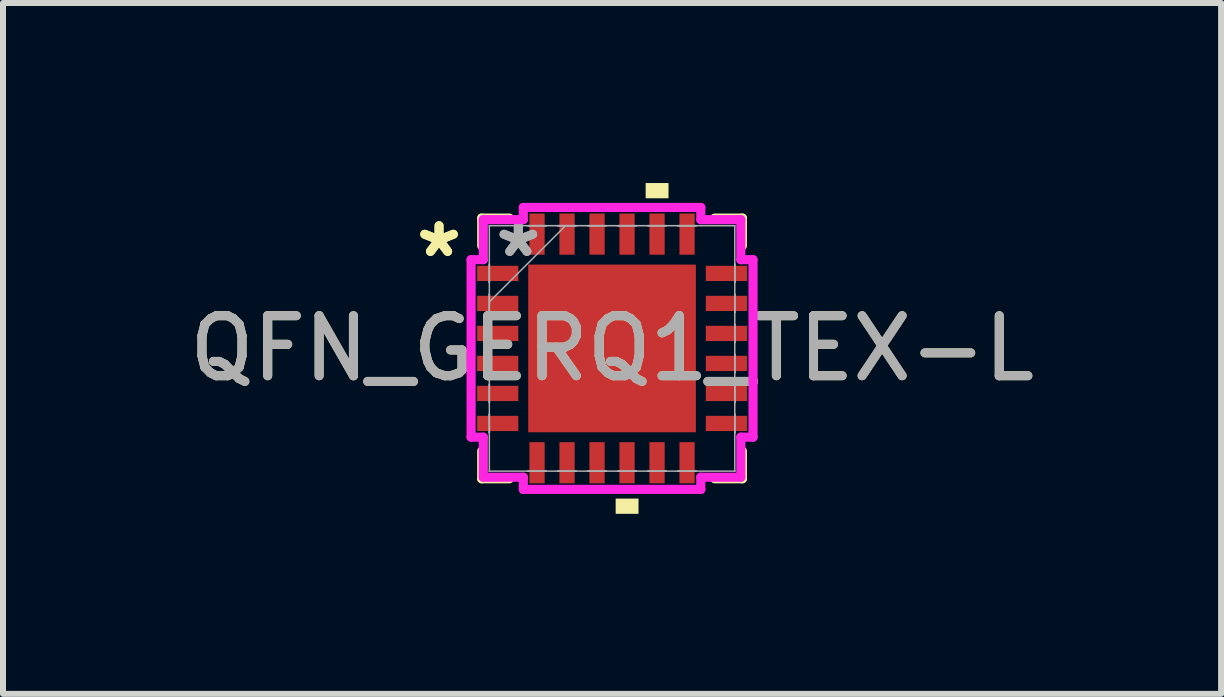
<source format=kicad_pcb>
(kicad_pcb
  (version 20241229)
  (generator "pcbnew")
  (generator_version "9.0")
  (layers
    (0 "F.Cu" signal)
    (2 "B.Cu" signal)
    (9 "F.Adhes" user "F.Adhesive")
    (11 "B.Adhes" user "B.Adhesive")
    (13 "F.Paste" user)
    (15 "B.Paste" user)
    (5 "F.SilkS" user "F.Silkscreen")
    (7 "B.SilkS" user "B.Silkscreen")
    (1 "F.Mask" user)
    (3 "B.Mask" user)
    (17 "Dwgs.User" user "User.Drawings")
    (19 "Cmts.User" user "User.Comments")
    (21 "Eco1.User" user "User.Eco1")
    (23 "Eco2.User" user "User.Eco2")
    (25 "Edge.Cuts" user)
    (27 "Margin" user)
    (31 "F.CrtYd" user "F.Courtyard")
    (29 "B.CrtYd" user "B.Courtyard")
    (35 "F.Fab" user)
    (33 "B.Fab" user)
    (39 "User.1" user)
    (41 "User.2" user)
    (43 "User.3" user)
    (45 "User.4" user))
  (footprint "QFN_GERQ1_TEX-L"
    (layer "F.Cu")
    (at 7.149 2.756)
    (property "Reference" "QFN_GERQ1_TEX-L" (at 0 0 0) (unlocked yes) (layer "F.SilkS") (effects (font (size 1 1) (thickness 0.15))))
    (attr smd)
    (fp_line (start -2.172 -2.172) (end -2.172 -1.71) (stroke (width 0.152) (type solid)) (layer "F.SilkS"))
    (fp_line (start -2.172 1.71) (end -2.172 2.172) (stroke (width 0.152) (type solid)) (layer "F.SilkS"))
    (fp_line (start -2.172 2.172) (end -1.71 2.172) (stroke (width 0.152) (type solid)) (layer "F.SilkS"))
    (fp_line (start -1.71 -2.172) (end -2.172 -2.172) (stroke (width 0.152) (type solid)) (layer "F.SilkS"))
    (fp_line (start 1.71 2.172) (end 2.172 2.172) (stroke (width 0.152) (type solid)) (layer "F.SilkS"))
    (fp_line (start 2.172 -2.172) (end 1.71 -2.172) (stroke (width 0.152) (type solid)) (layer "F.SilkS"))
    (fp_line (start 2.172 -1.71) (end 2.172 -2.172) (stroke (width 0.152) (type solid)) (layer "F.SilkS"))
    (fp_line (start 2.172 2.172) (end 2.172 1.71) (stroke (width 0.152) (type solid)) (layer "F.SilkS"))
    (fp_poly (pts (xy 0.06 2.502) (xy 0.06 2.756) (xy 0.441 2.756) (xy 0.441 2.502)) (stroke (width 0) (type solid)) (fill yes) (layer "F.SilkS"))
    (fp_poly (pts (xy 0.56 -2.502) (xy 0.56 -2.756) (xy 0.941 -2.756) (xy 0.941 -2.502)) (stroke (width 0) (type solid)) (fill yes) (layer "F.SilkS"))
    (fp_poly (pts (xy -1.297 -1.297) (xy -1.297 -0.1) (xy -0.1 -0.1) (xy -0.1 -1.297)) (stroke (width 0) (type solid)) (fill yes) (layer "F.Paste"))
    (fp_poly (pts (xy -1.297 0.1) (xy -1.297 1.297) (xy -0.1 1.297) (xy -0.1 0.1)) (stroke (width 0) (type solid)) (fill yes) (layer "F.Paste"))
    (fp_poly (pts (xy 0.1 -1.297) (xy 0.1 -0.1) (xy 1.297 -0.1) (xy 1.297 -1.297)) (stroke (width 0) (type solid)) (fill yes) (layer "F.Paste"))
    (fp_poly (pts (xy 0.1 0.1) (xy 0.1 1.297) (xy 1.297 1.297) (xy 1.297 0.1)) (stroke (width 0) (type solid)) (fill yes) (layer "F.Paste"))
    (fp_line (start -2.349 -1.479) (end -2.146 -1.479) (stroke (width 0.152) (type solid)) (layer "F.CrtYd"))
    (fp_line (start -2.349 1.479) (end -2.349 -1.479) (stroke (width 0.152) (type solid)) (layer "F.CrtYd"))
    (fp_line (start -2.146 -2.146) (end -1.479 -2.146) (stroke (width 0.152) (type solid)) (layer "F.CrtYd"))
    (fp_line (start -2.146 -1.479) (end -2.146 -2.146) (stroke (width 0.152) (type solid)) (layer "F.CrtYd"))
    (fp_line (start -2.146 1.479) (end -2.349 1.479) (stroke (width 0.152) (type solid)) (layer "F.CrtYd"))
    (fp_line (start -2.146 2.146) (end -2.146 1.479) (stroke (width 0.152) (type solid)) (layer "F.CrtYd"))
    (fp_line (start -1.479 -2.349) (end 1.479 -2.349) (stroke (width 0.152) (type solid)) (layer "F.CrtYd"))
    (fp_line (start -1.479 -2.146) (end -1.479 -2.349) (stroke (width 0.152) (type solid)) (layer "F.CrtYd"))
    (fp_line (start -1.479 2.146) (end -2.146 2.146) (stroke (width 0.152) (type solid)) (layer "F.CrtYd"))
    (fp_line (start -1.479 2.349) (end -1.479 2.146) (stroke (width 0.152) (type solid)) (layer "F.CrtYd"))
    (fp_line (start 1.479 -2.349) (end 1.479 -2.146) (stroke (width 0.152) (type solid)) (layer "F.CrtYd"))
    (fp_line (start 1.479 -2.146) (end 2.146 -2.146) (stroke (width 0.152) (type solid)) (layer "F.CrtYd"))
    (fp_line (start 1.479 2.146) (end 1.479 2.349) (stroke (width 0.152) (type solid)) (layer "F.CrtYd"))
    (fp_line (start 1.479 2.349) (end -1.479 2.349) (stroke (width 0.152) (type solid)) (layer "F.CrtYd"))
    (fp_line (start 2.146 -2.146) (end 2.146 -1.479) (stroke (width 0.152) (type solid)) (layer "F.CrtYd"))
    (fp_line (start 2.146 -1.479) (end 2.349 -1.479) (stroke (width 0.152) (type solid)) (layer "F.CrtYd"))
    (fp_line (start 2.146 1.479) (end 2.146 2.146) (stroke (width 0.152) (type solid)) (layer "F.CrtYd"))
    (fp_line (start 2.146 2.146) (end 1.479 2.146) (stroke (width 0.152) (type solid)) (layer "F.CrtYd"))
    (fp_line (start 2.349 -1.479) (end 2.349 1.479) (stroke (width 0.152) (type solid)) (layer "F.CrtYd"))
    (fp_line (start 2.349 1.479) (end 2.146 1.479) (stroke (width 0.152) (type solid)) (layer "F.CrtYd"))
    (fp_line (start -2.045 -2.045) (end -2.045 -2.045) (stroke (width 0.025) (type solid)) (layer "F.Fab"))
    (fp_line (start -2.045 -2.045) (end -2.045 2.045) (stroke (width 0.025) (type solid)) (layer "F.Fab"))
    (fp_line (start -2.045 -1.403) (end -2.045 -1.403) (stroke (width 0.025) (type solid)) (layer "F.Fab"))
    (fp_line (start -2.045 -1.403) (end -2.045 -1.098) (stroke (width 0.025) (type solid)) (layer "F.Fab"))
    (fp_line (start -2.045 -1.098) (end -2.045 -1.403) (stroke (width 0.025) (type solid)) (layer "F.Fab"))
    (fp_line (start -2.045 -1.098) (end -2.045 -1.098) (stroke (width 0.025) (type solid)) (layer "F.Fab"))
    (fp_line (start -2.045 -0.903) (end -2.045 -0.903) (stroke (width 0.025) (type solid)) (layer "F.Fab"))
    (fp_line (start -2.045 -0.903) (end -2.045 -0.598) (stroke (width 0.025) (type solid)) (layer "F.Fab"))
    (fp_line (start -2.045 -0.775) (end -0.775 -2.045) (stroke (width 0.025) (type solid)) (layer "F.Fab"))
    (fp_line (start -2.045 -0.598) (end -2.045 -0.903) (stroke (width 0.025) (type solid)) (layer "F.Fab"))
    (fp_line (start -2.045 -0.598) (end -2.045 -0.598) (stroke (width 0.025) (type solid)) (layer "F.Fab"))
    (fp_line (start -2.045 -0.402) (end -2.045 -0.402) (stroke (width 0.025) (type solid)) (layer "F.Fab"))
    (fp_line (start -2.045 -0.402) (end -2.045 -0.098) (stroke (width 0.025) (type solid)) (layer "F.Fab"))
    (fp_line (start -2.045 -0.098) (end -2.045 -0.402) (stroke (width 0.025) (type solid)) (layer "F.Fab"))
    (fp_line (start -2.045 -0.098) (end -2.045 -0.098) (stroke (width 0.025) (type solid)) (layer "F.Fab"))
    (fp_line (start -2.045 0.098) (end -2.045 0.098) (stroke (width 0.025) (type solid)) (layer "F.Fab"))
    (fp_line (start -2.045 0.098) (end -2.045 0.402) (stroke (width 0.025) (type solid)) (layer "F.Fab"))
    (fp_line (start -2.045 0.402) (end -2.045 0.098) (stroke (width 0.025) (type solid)) (layer "F.Fab"))
    (fp_line (start -2.045 0.402) (end -2.045 0.402) (stroke (width 0.025) (type solid)) (layer "F.Fab"))
    (fp_line (start -2.045 0.598) (end -2.045 0.598) (stroke (width 0.025) (type solid)) (layer "F.Fab"))
    (fp_line (start -2.045 0.598) (end -2.045 0.903) (stroke (width 0.025) (type solid)) (layer "F.Fab"))
    (fp_line (start -2.045 0.903) (end -2.045 0.598) (stroke (width 0.025) (type solid)) (layer "F.Fab"))
    (fp_line (start -2.045 0.903) (end -2.045 0.903) (stroke (width 0.025) (type solid)) (layer "F.Fab"))
    (fp_line (start -2.045 1.098) (end -2.045 1.098) (stroke (width 0.025) (type solid)) (layer "F.Fab"))
    (fp_line (start -2.045 1.098) (end -2.045 1.403) (stroke (width 0.025) (type solid)) (layer "F.Fab"))
    (fp_line (start -2.045 1.403) (end -2.045 1.098) (stroke (width 0.025) (type solid)) (layer "F.Fab"))
    (fp_line (start -2.045 1.403) (end -2.045 1.403) (stroke (width 0.025) (type solid)) (layer "F.Fab"))
    (fp_line (start -2.045 2.045) (end -2.045 2.045) (stroke (width 0.025) (type solid)) (layer "F.Fab"))
    (fp_line (start -2.045 2.045) (end 2.045 2.045) (stroke (width 0.025) (type solid)) (layer "F.Fab"))
    (fp_line (start -1.403 -2.045) (end -1.403 -2.045) (stroke (width 0.025) (type solid)) (layer "F.Fab"))
    (fp_line (start -1.403 -2.045) (end -1.098 -2.045) (stroke (width 0.025) (type solid)) (layer "F.Fab"))
    (fp_line (start -1.403 2.045) (end -1.403 2.045) (stroke (width 0.025) (type solid)) (layer "F.Fab"))
    (fp_line (start -1.403 2.045) (end -1.098 2.045) (stroke (width 0.025) (type solid)) (layer "F.Fab"))
    (fp_line (start -1.098 -2.045) (end -1.403 -2.045) (stroke (width 0.025) (type solid)) (layer "F.Fab"))
    (fp_line (start -1.098 -2.045) (end -1.098 -2.045) (stroke (width 0.025) (type solid)) (layer "F.Fab"))
    (fp_line (start -1.098 2.045) (end -1.403 2.045) (stroke (width 0.025) (type solid)) (layer "F.Fab"))
    (fp_line (start -1.098 2.045) (end -1.098 2.045) (stroke (width 0.025) (type solid)) (layer "F.Fab"))
    (fp_line (start -0.903 -2.045) (end -0.903 -2.045) (stroke (width 0.025) (type solid)) (layer "F.Fab"))
    (fp_line (start -0.903 -2.045) (end -0.598 -2.045) (stroke (width 0.025) (type solid)) (layer "F.Fab"))
    (fp_line (start -0.903 2.045) (end -0.903 2.045) (stroke (width 0.025) (type solid)) (layer "F.Fab"))
    (fp_line (start -0.903 2.045) (end -0.598 2.045) (stroke (width 0.025) (type solid)) (layer "F.Fab"))
    (fp_line (start -0.598 -2.045) (end -0.903 -2.045) (stroke (width 0.025) (type solid)) (layer "F.Fab"))
    (fp_line (start -0.598 -2.045) (end -0.598 -2.045) (stroke (width 0.025) (type solid)) (layer "F.Fab"))
    (fp_line (start -0.598 2.045) (end -0.903 2.045) (stroke (width 0.025) (type solid)) (layer "F.Fab"))
    (fp_line (start -0.598 2.045) (end -0.598 2.045) (stroke (width 0.025) (type solid)) (layer "F.Fab"))
    (fp_line (start -0.402 -2.045) (end -0.402 -2.045) (stroke (width 0.025) (type solid)) (layer "F.Fab"))
    (fp_line (start -0.402 -2.045) (end -0.098 -2.045) (stroke (width 0.025) (type solid)) (layer "F.Fab"))
    (fp_line (start -0.402 2.045) (end -0.402 2.045) (stroke (width 0.025) (type solid)) (layer "F.Fab"))
    (fp_line (start -0.402 2.045) (end -0.098 2.045) (stroke (width 0.025) (type solid)) (layer "F.Fab"))
    (fp_line (start -0.098 -2.045) (end -0.402 -2.045) (stroke (width 0.025) (type solid)) (layer "F.Fab"))
    (fp_line (start -0.098 -2.045) (end -0.098 -2.045) (stroke (width 0.025) (type solid)) (layer "F.Fab"))
    (fp_line (start -0.098 2.045) (end -0.402 2.045) (stroke (width 0.025) (type solid)) (layer "F.Fab"))
    (fp_line (start -0.098 2.045) (end -0.098 2.045) (stroke (width 0.025) (type solid)) (layer "F.Fab"))
    (fp_line (start 0.098 -2.045) (end 0.098 -2.045) (stroke (width 0.025) (type solid)) (layer "F.Fab"))
    (fp_line (start 0.098 -2.045) (end 0.402 -2.045) (stroke (width 0.025) (type solid)) (layer "F.Fab"))
    (fp_line (start 0.098 2.045) (end 0.098 2.045) (stroke (width 0.025) (type solid)) (layer "F.Fab"))
    (fp_line (start 0.098 2.045) (end 0.402 2.045) (stroke (width 0.025) (type solid)) (layer "F.Fab"))
    (fp_line (start 0.402 -2.045) (end 0.098 -2.045) (stroke (width 0.025) (type solid)) (layer "F.Fab"))
    (fp_line (start 0.402 -2.045) (end 0.402 -2.045) (stroke (width 0.025) (type solid)) (layer "F.Fab"))
    (fp_line (start 0.402 2.045) (end 0.098 2.045) (stroke (width 0.025) (type solid)) (layer "F.Fab"))
    (fp_line (start 0.402 2.045) (end 0.402 2.045) (stroke (width 0.025) (type solid)) (layer "F.Fab"))
    (fp_line (start 0.598 -2.045) (end 0.598 -2.045) (stroke (width 0.025) (type solid)) (layer "F.Fab"))
    (fp_line (start 0.598 -2.045) (end 0.903 -2.045) (stroke (width 0.025) (type solid)) (layer "F.Fab"))
    (fp_line (start 0.598 2.045) (end 0.598 2.045) (stroke (width 0.025) (type solid)) (layer "F.Fab"))
    (fp_line (start 0.598 2.045) (end 0.903 2.045) (stroke (width 0.025) (type solid)) (layer "F.Fab"))
    (fp_line (start 0.903 -2.045) (end 0.598 -2.045) (stroke (width 0.025) (type solid)) (layer "F.Fab"))
    (fp_line (start 0.903 -2.045) (end 0.903 -2.045) (stroke (width 0.025) (type solid)) (layer "F.Fab"))
    (fp_line (start 0.903 2.045) (end 0.598 2.045) (stroke (width 0.025) (type solid)) (layer "F.Fab"))
    (fp_line (start 0.903 2.045) (end 0.903 2.045) (stroke (width 0.025) (type solid)) (layer "F.Fab"))
    (fp_line (start 1.098 -2.045) (end 1.098 -2.045) (stroke (width 0.025) (type solid)) (layer "F.Fab"))
    (fp_line (start 1.098 -2.045) (end 1.403 -2.045) (stroke (width 0.025) (type solid)) (layer "F.Fab"))
    (fp_line (start 1.098 2.045) (end 1.098 2.045) (stroke (width 0.025) (type solid)) (layer "F.Fab"))
    (fp_line (start 1.098 2.045) (end 1.403 2.045) (stroke (width 0.025) (type solid)) (layer "F.Fab"))
    (fp_line (start 1.403 -2.045) (end 1.098 -2.045) (stroke (width 0.025) (type solid)) (layer "F.Fab"))
    (fp_line (start 1.403 -2.045) (end 1.403 -2.045) (stroke (width 0.025) (type solid)) (layer "F.Fab"))
    (fp_line (start 1.403 2.045) (end 1.098 2.045) (stroke (width 0.025) (type solid)) (layer "F.Fab"))
    (fp_line (start 1.403 2.045) (end 1.403 2.045) (stroke (width 0.025) (type solid)) (layer "F.Fab"))
    (fp_line (start 2.045 -2.045) (end -2.045 -2.045) (stroke (width 0.025) (type solid)) (layer "F.Fab"))
    (fp_line (start 2.045 -2.045) (end 2.045 -2.045) (stroke (width 0.025) (type solid)) (layer "F.Fab"))
    (fp_line (start 2.045 -1.403) (end 2.045 -1.403) (stroke (width 0.025) (type solid)) (layer "F.Fab"))
    (fp_line (start 2.045 -1.403) (end 2.045 -1.098) (stroke (width 0.025) (type solid)) (layer "F.Fab"))
    (fp_line (start 2.045 -1.098) (end 2.045 -1.403) (stroke (width 0.025) (type solid)) (layer "F.Fab"))
    (fp_line (start 2.045 -1.098) (end 2.045 -1.098) (stroke (width 0.025) (type solid)) (layer "F.Fab"))
    (fp_line (start 2.045 -0.903) (end 2.045 -0.903) (stroke (width 0.025) (type solid)) (layer "F.Fab"))
    (fp_line (start 2.045 -0.903) (end 2.045 -0.598) (stroke (width 0.025) (type solid)) (layer "F.Fab"))
    (fp_line (start 2.045 -0.598) (end 2.045 -0.903) (stroke (width 0.025) (type solid)) (layer "F.Fab"))
    (fp_line (start 2.045 -0.598) (end 2.045 -0.598) (stroke (width 0.025) (type solid)) (layer "F.Fab"))
    (fp_line (start 2.045 -0.402) (end 2.045 -0.402) (stroke (width 0.025) (type solid)) (layer "F.Fab"))
    (fp_line (start 2.045 -0.402) (end 2.045 -0.098) (stroke (width 0.025) (type solid)) (layer "F.Fab"))
    (fp_line (start 2.045 -0.098) (end 2.045 -0.402) (stroke (width 0.025) (type solid)) (layer "F.Fab"))
    (fp_line (start 2.045 -0.098) (end 2.045 -0.098) (stroke (width 0.025) (type solid)) (layer "F.Fab"))
    (fp_line (start 2.045 0.098) (end 2.045 0.098) (stroke (width 0.025) (type solid)) (layer "F.Fab"))
    (fp_line (start 2.045 0.098) (end 2.045 0.402) (stroke (width 0.025) (type solid)) (layer "F.Fab"))
    (fp_line (start 2.045 0.402) (end 2.045 0.098) (stroke (width 0.025) (type solid)) (layer "F.Fab"))
    (fp_line (start 2.045 0.402) (end 2.045 0.402) (stroke (width 0.025) (type solid)) (layer "F.Fab"))
    (fp_line (start 2.045 0.598) (end 2.045 0.598) (stroke (width 0.025) (type solid)) (layer "F.Fab"))
    (fp_line (start 2.045 0.598) (end 2.045 0.903) (stroke (width 0.025) (type solid)) (layer "F.Fab"))
    (fp_line (start 2.045 0.903) (end 2.045 0.598) (stroke (width 0.025) (type solid)) (layer "F.Fab"))
    (fp_line (start 2.045 0.903) (end 2.045 0.903) (stroke (width 0.025) (type solid)) (layer "F.Fab"))
    (fp_line (start 2.045 1.098) (end 2.045 1.098) (stroke (width 0.025) (type solid)) (layer "F.Fab"))
    (fp_line (start 2.045 1.098) (end 2.045 1.403) (stroke (width 0.025) (type solid)) (layer "F.Fab"))
    (fp_line (start 2.045 1.403) (end 2.045 1.098) (stroke (width 0.025) (type solid)) (layer "F.Fab"))
    (fp_line (start 2.045 1.403) (end 2.045 1.403) (stroke (width 0.025) (type solid)) (layer "F.Fab"))
    (fp_line (start 2.045 2.045) (end 2.045 -2.045) (stroke (width 0.025) (type solid)) (layer "F.Fab"))
    (fp_line (start 2.045 2.045) (end 2.045 2.045) (stroke (width 0.025) (type solid)) (layer "F.Fab"))
    (fp_text user "*" (at -2.883 -1.5 0) (unlocked yes) (layer "F.SilkS") (effects (font (size 1 1) (thickness 0.15))))
    (fp_text user "*" (at -2.883 -1.5 0) (layer "F.SilkS") (effects (font (size 1 1) (thickness 0.15))))
    (fp_text user "*" (at -1.562 -1.5 0) (unlocked yes) (layer "F.Fab") (effects (font (size 1 1) (thickness 0.15))))
    (fp_text user "*" (at -1.562 -1.5 0) (layer "F.Fab") (effects (font (size 1 1) (thickness 0.15))))
    (fp_text user "${REFERENCE}" (at 0 0 0) (unlocked yes) (layer "F.Fab") (effects (font (size 1 1) (thickness 0.15))))
    (pad "1" smd rect (at -1.905 -1.25 90) (size 0.254 0.686) (layers "F.Cu" "F.Mask" "F.Paste"))
    (pad "2" smd rect (at -1.905 -0.75 90) (size 0.254 0.686) (layers "F.Cu" "F.Mask" "F.Paste"))
    (pad "3" smd rect (at -1.905 -0.25 90) (size 0.254 0.686) (layers "F.Cu" "F.Mask" "F.Paste"))
    (pad "4" smd rect (at -1.905 0.25 90) (size 0.254 0.686) (layers "F.Cu" "F.Mask" "F.Paste"))
    (pad "5" smd rect (at -1.905 0.75 90) (size 0.254 0.686) (layers "F.Cu" "F.Mask" "F.Paste"))
    (pad "6" smd rect (at -1.905 1.25 90) (size 0.254 0.686) (layers "F.Cu" "F.Mask" "F.Paste"))
    (pad "7" smd rect (at -1.25 1.905) (size 0.254 0.686) (layers "F.Cu" "F.Mask" "F.Paste"))
    (pad "8" smd rect (at -0.75 1.905) (size 0.254 0.686) (layers "F.Cu" "F.Mask" "F.Paste"))
    (pad "9" smd rect (at -0.25 1.905) (size 0.254 0.686) (layers "F.Cu" "F.Mask" "F.Paste"))
    (pad "10" smd rect (at 0.25 1.905) (size 0.254 0.686) (layers "F.Cu" "F.Mask" "F.Paste"))
    (pad "11" smd rect (at 0.75 1.905) (size 0.254 0.686) (layers "F.Cu" "F.Mask" "F.Paste"))
    (pad "12" smd rect (at 1.25 1.905) (size 0.254 0.686) (layers "F.Cu" "F.Mask" "F.Paste"))
    (pad "13" smd rect (at 1.905 1.25 90) (size 0.254 0.686) (layers "F.Cu" "F.Mask" "F.Paste"))
    (pad "14" smd rect (at 1.905 0.75 90) (size 0.254 0.686) (layers "F.Cu" "F.Mask" "F.Paste"))
    (pad "15" smd rect (at 1.905 0.25 90) (size 0.254 0.686) (layers "F.Cu" "F.Mask" "F.Paste"))
    (pad "16" smd rect (at 1.905 -0.25 90) (size 0.254 0.686) (layers "F.Cu" "F.Mask" "F.Paste"))
    (pad "17" smd rect (at 1.905 -0.75 90) (size 0.254 0.686) (layers "F.Cu" "F.Mask" "F.Paste"))
    (pad "18" smd rect (at 1.905 -1.25 90) (size 0.254 0.686) (layers "F.Cu" "F.Mask" "F.Paste"))
    (pad "19" smd rect (at 1.25 -1.905) (size 0.254 0.686) (layers "F.Cu" "F.Mask" "F.Paste"))
    (pad "20" smd rect (at 0.75 -1.905) (size 0.254 0.686) (layers "F.Cu" "F.Mask" "F.Paste"))
    (pad "21" smd rect (at 0.25 -1.905) (size 0.254 0.686) (layers "F.Cu" "F.Mask" "F.Paste"))
    (pad "22" smd rect (at -0.25 -1.905) (size 0.254 0.686) (layers "F.Cu" "F.Mask" "F.Paste"))
    (pad "23" smd rect (at -0.75 -1.905) (size 0.254 0.686) (layers "F.Cu" "F.Mask" "F.Paste"))
    (pad "24" smd rect (at -1.25 -1.905) (size 0.254 0.686) (layers "F.Cu" "F.Mask" "F.Paste"))
    (pad "25" smd rect (at 0 0) (size 2.794 2.794) (layers "F.Cu" "F.Mask" "F.Paste")))
  (gr_rect
    (start -3 -3)
    (end 17.298 8.512)
    (stroke (width 0.1) (type default))
    (fill no)
    (layer "Edge.Cuts")))
</source>
